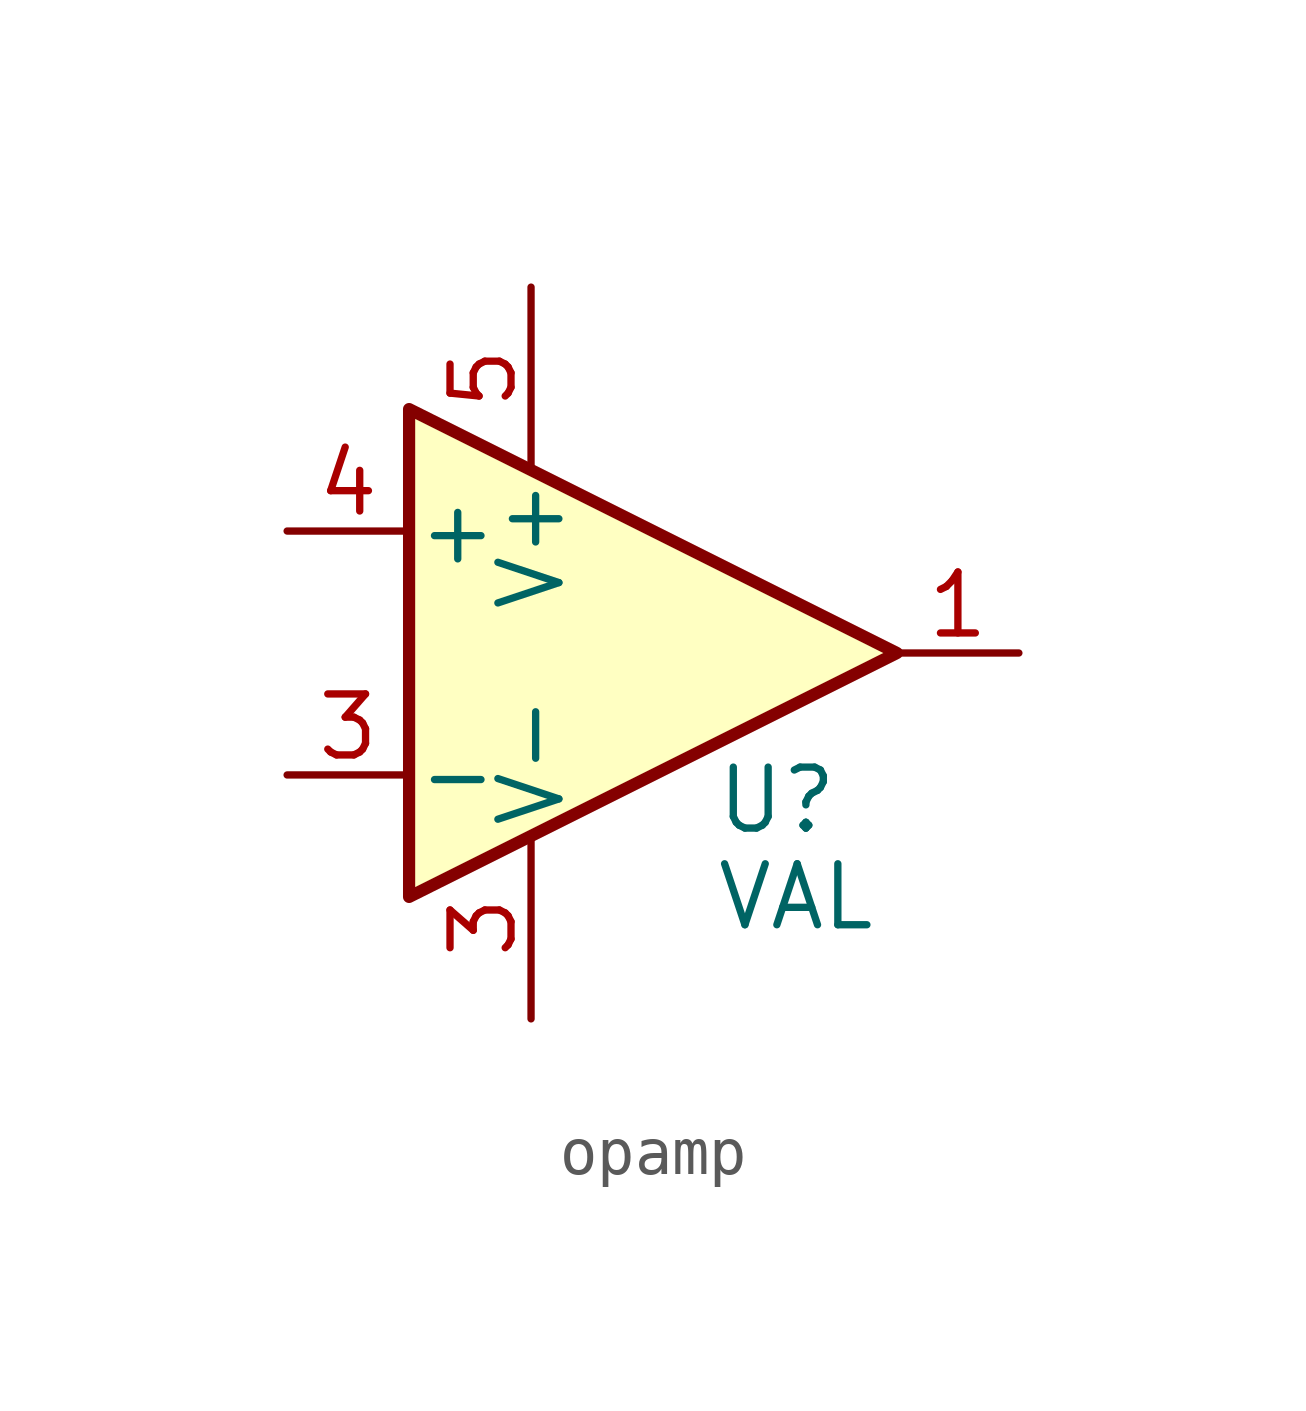
<source format=kicad_sym>
(kicad_symbol_lib
  (version 20231120)
  (generator "kicad_symbol_editor")
  (generator_version "8.0")
  (symbol "opamp"
    (pin_names
      (offset 0.127))
    (property "Reference" "U"
      (at 1.27 -3.81 0)
      (do_not_autoplace)
      (effects (font (size 1.27 1.27)) (justify left bottom)))
    (property "Value" "VAL"
      (at 1.27 -5.08 0)
      (do_not_autoplace)
      (effects (font (size 1.27 1.27)) (justify left)))
    (symbol "opamp_0_1"
      (polyline (pts (xy -5.08 5.08) (xy 5.08 0) (xy -5.08 -5.08) (xy -5.08 5.08)) (stroke (width 0.254) (type default)) (fill (type background))))
    (symbol "opamp_1_1"
      (pin open_collector line (at 7.62 0 180) (length 2.54) (name "~" (effects (font (size 1.27 1.27)))) (number "1" (effects (font (size 1.27 1.27)))))
      (pin input line (at -7.62 -2.54 0) (length 2.54) (name "-" (effects (font (size 1.27 1.27)))) (number "3" (effects (font (size 1.27 1.27)))))
      (pin power_in line (at -2.54 -7.62 90) (length 3.81) (name "V-" (effects (font (size 1.27 1.27)))) (number "3" (effects (font (size 1.27 1.27)))))
      (pin input line (at -7.62 2.54 0) (length 2.54) (name "+" (effects (font (size 1.27 1.27)))) (number "4" (effects (font (size 1.27 1.27)))))
      (pin power_in line (at -2.54 7.62 270) (length 3.81) (name "V+" (effects (font (size 1.27 1.27)))) (number "5" (effects (font (size 1.27 1.27))))))))
</source>
